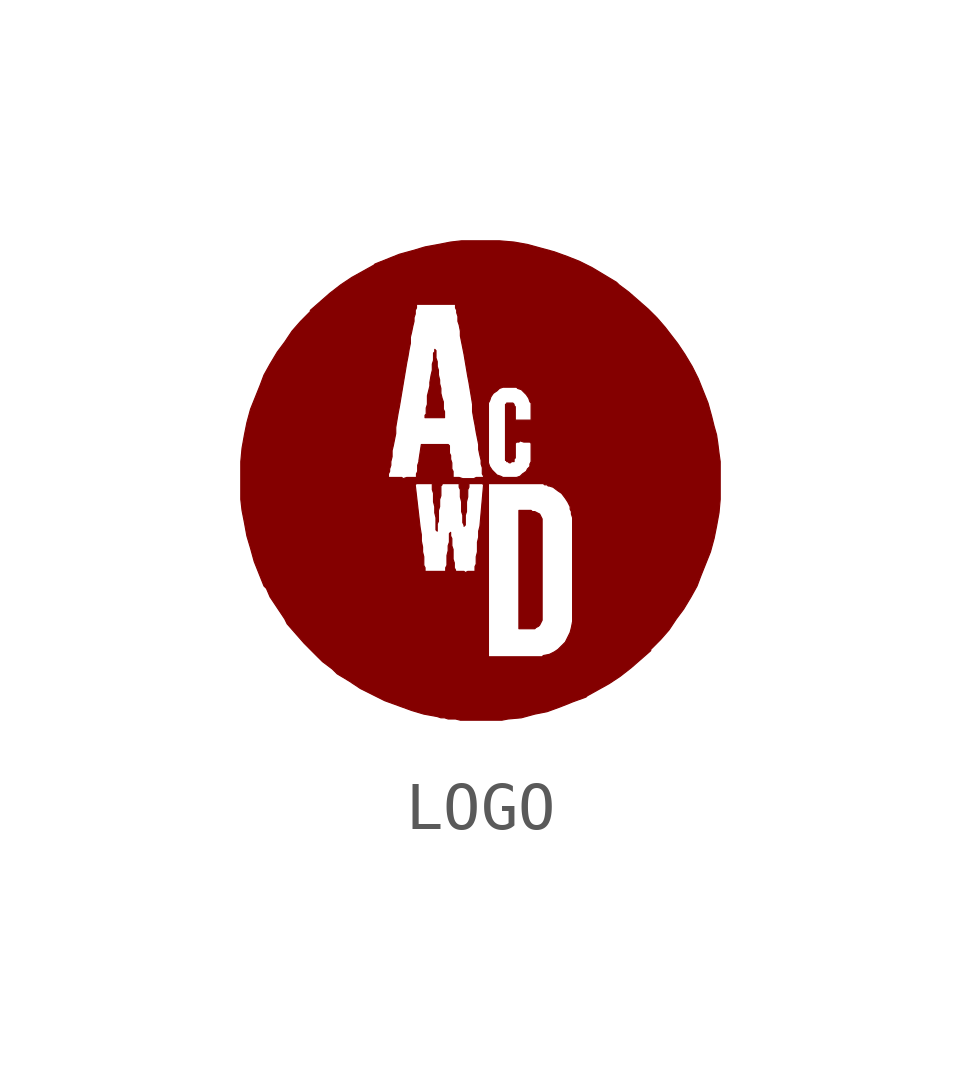
<source format=kicad_sym>
(kicad_symbol_lib
  (version 20211014)
  (generator kicad_symbol_editor)
  (symbol "LOGO"
    (pin_names
      (offset 1.016))
    (property "Reference" "#G"
      (at 0 -4.242 0)
      (effects (font (size 1.524 1.524)) hide))
    (symbol "LOGO_0_0"
      (polyline (pts (xy 1.143 -3.048) (xy 1.194 -3.023) (xy 1.219 -2.997) (xy 1.27 -2.896) (xy 1.27 -0.787) (xy 1.219 -0.686) (xy 1.118 -0.635) (xy 1.067 -0.635) (xy 1.041 -0.61) (xy 0.787 -0.61) (xy 0.787 -3.073) (xy 1.118 -3.073) (xy 1.143 -3.048)) (stroke (width 0.025) (type default) (color 0 0 0 0)) (fill (type outline)))
      (polyline (pts (xy -0.762 1.448) (xy -0.787 1.499) (xy -0.787 1.651) (xy -0.813 1.727) (xy -0.838 1.829) (xy -0.838 1.93) (xy -0.864 2.032) (xy -0.864 2.108) (xy -0.889 2.21) (xy -0.889 2.311) (xy -0.914 2.388) (xy -0.914 2.489) (xy -0.94 2.565) (xy -0.94 2.718) (xy -0.965 2.743) (xy -0.965 2.692) (xy -0.991 2.667) (xy -0.991 2.515) (xy -1.016 2.438) (xy -1.016 2.311) (xy -1.041 2.21) (xy -1.067 2.057) (xy -1.067 1.981) (xy -1.118 1.778) (xy -1.118 1.6) (xy -1.143 1.524) (xy -1.143 1.397) (xy -1.168 1.372) (xy -1.168 1.321) (xy -0.762 1.321) (xy -0.762 1.448)) (stroke (width 0.025) (type default) (color 0 0 0 0)) (fill (type outline)))
      (polyline (pts (xy 0.559 -4.953) (xy 0.838 -4.928) (xy 1.118 -4.851) (xy 1.372 -4.801) (xy 1.651 -4.699) (xy 1.905 -4.597) (xy 2.184 -4.496) (xy 2.21 -4.47) (xy 2.667 -4.216) (xy 2.896 -4.064) (xy 3.124 -3.886) (xy 3.531 -3.531) (xy 3.531 -3.505) (xy 3.734 -3.302) (xy 3.912 -3.099) (xy 4.064 -2.87) (xy 4.216 -2.667) (xy 4.369 -2.413) (xy 4.496 -2.184) (xy 4.572 -1.981) (xy 4.775 -1.473) (xy 4.851 -1.194) (xy 4.902 -0.94) (xy 4.953 -0.66) (xy 4.978 -0.381) (xy 4.978 0.406) (xy 4.953 0.584) (xy 4.928 0.787) (xy 4.902 0.965) (xy 4.851 1.143) (xy 4.801 1.346) (xy 4.724 1.626) (xy 4.521 2.134) (xy 4.394 2.388) (xy 4.242 2.642) (xy 4.089 2.87) (xy 3.912 3.099) (xy 3.835 3.2) (xy 3.658 3.404) (xy 3.48 3.581) (xy 3.073 3.937) (xy 2.87 4.089) (xy 2.819 4.14) (xy 2.311 4.445) (xy 2.057 4.572) (xy 1.803 4.674) (xy 1.524 4.775) (xy 0.965 4.928) (xy 0.686 4.978) (xy 0.381 5.004) (xy -0.406 5.004) (xy -0.635 4.978) (xy -0.889 4.928) (xy -1.168 4.877) (xy -1.422 4.801) (xy -1.702 4.724) (xy -2.21 4.521) (xy -2.235 4.496) (xy -2.692 4.242) (xy -2.921 4.089) (xy -3.15 3.912) (xy -3.556 3.556) (xy -3.556 3.531) (xy -3.759 3.327) (xy -3.937 3.124) (xy -4.089 2.896) (xy -4.242 2.692) (xy -4.394 2.438) (xy -4.521 2.21) (xy -4.597 2.007) (xy -4.801 1.499) (xy -4.877 1.219) (xy -4.928 0.965) (xy -4.978 0.686) (xy -5.004 0.406) (xy -5.004 0.076) (xy -1.93 0.076) (xy -1.93 0.152) (xy -1.905 0.203) (xy -1.905 0.254) (xy -1.88 0.33) (xy -1.88 0.406) (xy -1.854 0.508) (xy -1.854 0.635) (xy -1.829 0.737) (xy -1.778 0.991) (xy -1.778 1.118) (xy -1.727 1.422) (xy -1.702 1.549) (xy -1.549 2.464) (xy -1.524 2.591) (xy -1.499 2.743) (xy -1.473 2.87) (xy -1.473 2.997) (xy -1.448 3.099) (xy -1.422 3.226) (xy -1.397 3.327) (xy -1.397 3.404) (xy -1.372 3.48) (xy -1.372 3.556) (xy -1.346 3.607) (xy -1.346 3.683) (xy -0.533 3.683) (xy -0.533 3.607) (xy -0.508 3.556) (xy -0.508 3.505) (xy -0.483 3.429) (xy -0.483 3.327) (xy -0.457 3.251) (xy -0.432 3.124) (xy -0.432 3.023) (xy -0.356 2.642) (xy -0.279 2.184) (xy -0.254 2.057) (xy -0.178 1.6) (xy -0.178 1.448) (xy -0.152 1.295) (xy -0.127 1.168) (xy -0.102 1.016) (xy -0.051 0.762) (xy -0.051 0.66) (xy -0.025 0.533) (xy 0 0.432) (xy 0 0.381) (xy 0.152 0.381) (xy 0.152 1.626) (xy 0.178 1.676) (xy 0.203 1.753) (xy 0.254 1.829) (xy 0.33 1.88) (xy 0.381 1.93) (xy 0.457 1.956) (xy 0.737 1.956) (xy 0.762 1.93) (xy 0.838 1.905) (xy 0.94 1.803) (xy 0.991 1.727) (xy 1.016 1.651) (xy 1.041 1.626) (xy 1.041 1.27) (xy 0.711 1.27) (xy 0.711 1.549) (xy 0.686 1.575) (xy 0.686 1.6) (xy 0.66 1.626) (xy 0.533 1.626) (xy 0.533 1.6) (xy 0.508 1.6) (xy 0.508 0.432) (xy 0.533 0.432) (xy 0.533 0.406) (xy 0.559 0.406) (xy 0.584 0.381) (xy 0.61 0.381) (xy 0.635 0.406) (xy 0.686 0.406) (xy 0.686 0.457) (xy 0.711 0.483) (xy 0.711 0.787) (xy 0.737 0.813) (xy 0.787 0.813) (xy 0.813 0.838) (xy 0.889 0.813) (xy 1.016 0.813) (xy 1.041 0.787) (xy 1.041 0.406) (xy 1.016 0.356) (xy 1.016 0.305) (xy 0.965 0.254) (xy 0.94 0.203) (xy 0.864 0.152) (xy 0.813 0.102) (xy 0.737 0.076) (xy 0.457 0.076) (xy 0.406 0.102) (xy 0.33 0.127) (xy 0.229 0.229) (xy 0.178 0.305) (xy 0.152 0.381) (xy 0 0.381) (xy 0 0.356) (xy 0.025 0.279) (xy 0.025 0.152) (xy 0.051 0.102) (xy 0.051 0.076) (xy -0.102 0.076) (xy -0.152 0.051) (xy -0.381 0.051) (xy -0.457 0.076) (xy -0.584 0.076) (xy -0.584 0.203) (xy -0.61 0.254) (xy -0.61 0.381) (xy -0.635 0.457) (xy -0.635 0.533) (xy -0.66 0.584) (xy -0.66 0.737) (xy -0.686 0.762) (xy -1.245 0.762) (xy -1.295 0.432) (xy -1.295 0.406) (xy -1.321 0.33) (xy -1.321 0.203) (xy -1.346 0.152) (xy -1.346 0.076) (xy -1.549 0.076) (xy -1.626 0.051) (xy -1.651 0.076) (xy -1.93 0.076) (xy -5.004 0.076) (xy -5.004 -0.076) (xy -1.372 -0.076) (xy -1.346 -0.051) (xy -1.016 -0.051) (xy -1.016 -0.178) (xy -0.991 -0.254) (xy -0.991 -0.432) (xy -0.965 -0.533) (xy -0.965 -0.66) (xy -0.94 -0.762) (xy -0.94 -1.016) (xy -0.914 -1.041) (xy -0.914 -0.889) (xy -0.889 -0.838) (xy -0.889 -0.61) (xy -0.864 -0.533) (xy -0.864 -0.381) (xy -0.838 -0.305) (xy -0.838 -0.102) (xy -0.813 -0.076) (xy -0.813 -0.051) (xy -0.457 -0.051) (xy -0.457 -0.127) (xy -0.432 -0.178) (xy -0.432 -0.33) (xy -0.406 -0.432) (xy -0.406 -0.635) (xy -0.381 -0.711) (xy -0.381 -0.864) (xy -0.356 -0.914) (xy -0.356 -0.94) (xy -0.33 -0.914) (xy -0.33 -0.711) (xy -0.305 -0.635) (xy -0.305 -0.432) (xy -0.279 -0.33) (xy -0.279 -0.178) (xy -0.254 -0.127) (xy -0.254 -0.051) (xy 0.025 -0.051) (xy 0.051 -0.076) (xy -0.025 -0.94) (xy -0.051 -1.041) (xy -0.051 -1.168) (xy -0.076 -1.27) (xy -0.076 -1.473) (xy -0.102 -1.575) (xy -0.102 -1.727) (xy -0.127 -1.778) (xy -0.127 -1.88) (xy -0.279 -1.88) (xy -0.33 -1.905) (xy -0.356 -1.88) (xy -0.533 -1.88) (xy -0.533 -1.854) (xy -0.559 -1.803) (xy -0.559 -1.702) (xy -0.584 -1.626) (xy -0.584 -1.422) (xy -0.61 -1.346) (xy -0.61 -1.194) (xy -0.635 -1.143) (xy -0.635 -1.067) (xy -0.66 -1.092) (xy -0.66 -1.27) (xy -0.686 -1.346) (xy -0.686 -1.448) (xy -0.711 -1.549) (xy -0.711 -1.753) (xy -0.737 -1.803) (xy -0.737 -1.88) (xy -1.168 -1.88) (xy -1.168 -1.803) (xy -1.194 -1.753) (xy -1.194 -1.575) (xy -1.219 -1.473) (xy -1.219 -1.372) (xy -1.245 -1.245) (xy -1.245 -1.118) (xy -1.27 -0.965) (xy -1.372 -0.076) (xy -5.004 -0.076) (xy -5.004 -0.381) (xy -4.978 -0.61) (xy -4.928 -0.864) (xy -4.877 -1.143) (xy -4.801 -1.397) (xy -4.724 -1.676) (xy -4.521 -2.184) (xy -4.47 -2.235) (xy -4.394 -2.413) (xy -4.089 -2.87) (xy -4.039 -2.972) (xy -3.683 -3.378) (xy -3.404 -3.658) (xy 0.152 -3.658) (xy 0.152 -0.051) (xy 1.295 -0.051) (xy 1.321 -0.076) (xy 1.372 -0.076) (xy 1.397 -0.102) (xy 1.422 -0.102) (xy 1.499 -0.127) (xy 1.6 -0.203) (xy 1.676 -0.254) (xy 1.753 -0.356) (xy 1.803 -0.432) (xy 1.854 -0.533) (xy 1.854 -0.584) (xy 1.88 -0.635) (xy 1.88 -0.686) (xy 1.905 -0.762) (xy 1.905 -2.921) (xy 1.88 -3.048) (xy 1.854 -3.15) (xy 1.753 -3.353) (xy 1.6 -3.505) (xy 1.524 -3.556) (xy 1.422 -3.607) (xy 1.295 -3.632) (xy 1.27 -3.658) (xy 0.152 -3.658) (xy -3.404 -3.658) (xy -3.302 -3.759) (xy -3.099 -3.912) (xy -2.997 -4.013) (xy -2.743 -4.166) (xy -2.515 -4.318) (xy -2.007 -4.572) (xy -1.448 -4.775) (xy -1.194 -4.851) (xy -0.914 -4.902) (xy -0.838 -4.928) (xy -0.762 -4.928) (xy -0.686 -4.953) (xy -0.533 -4.953) (xy -0.432 -4.978) (xy 0.432 -4.978) (xy 0.559 -4.953)) (stroke (width 0.025) (type default) (color 0 0 0 0)) (fill (type outline))))))
</source>
